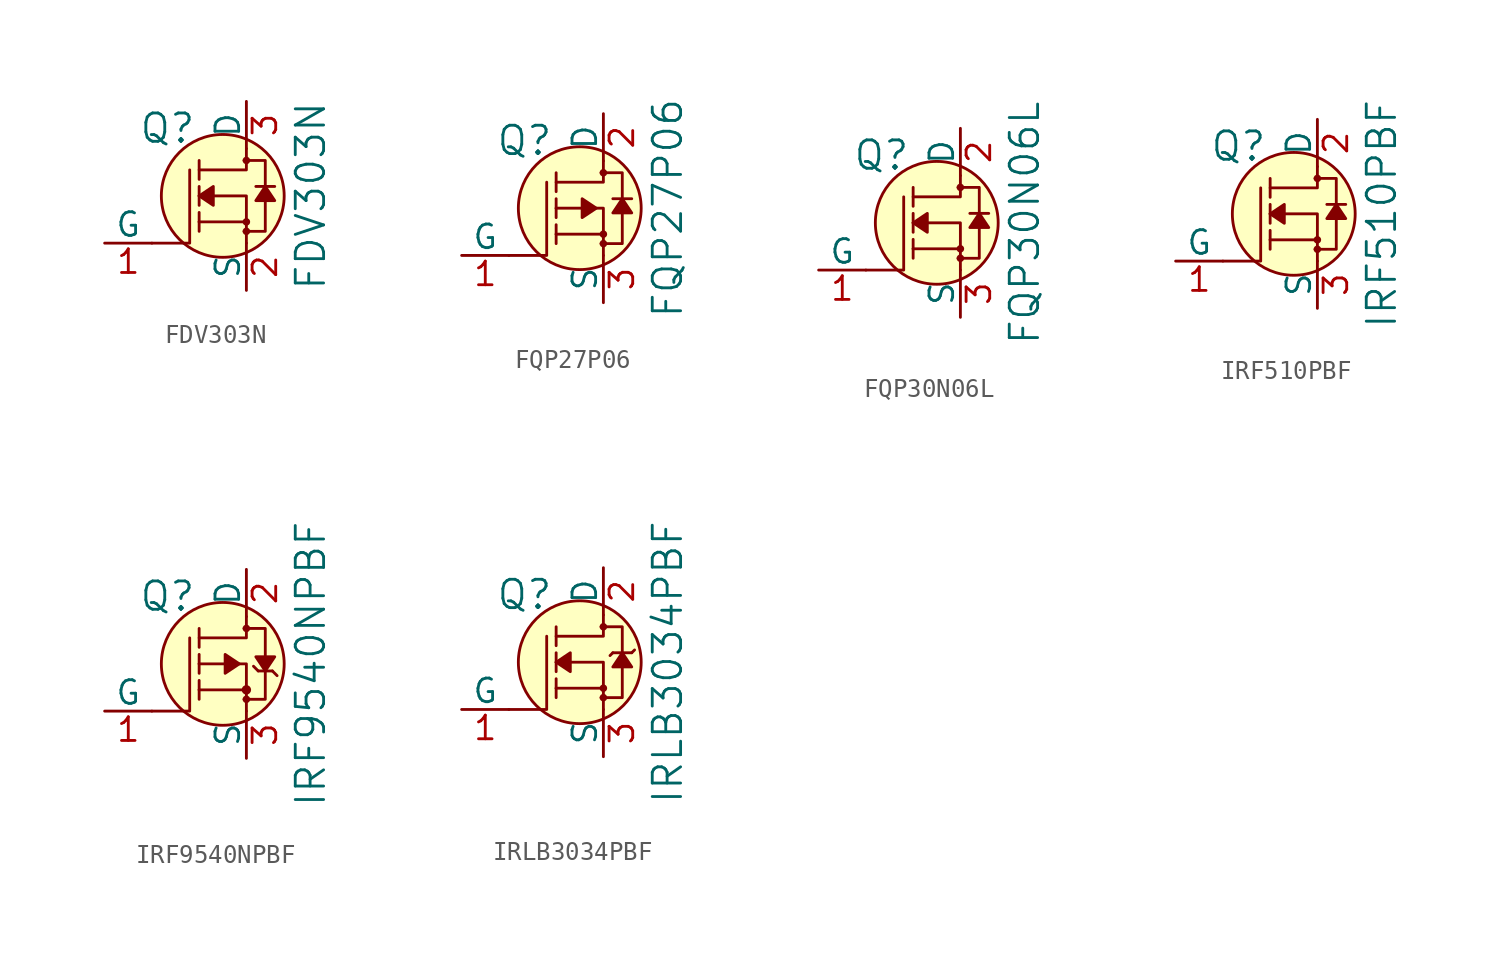
<source format=kicad_sym>
(kicad_symbol_lib
  (version 20211014)
  (generator kicad_symbol_editor)
  (symbol "FDV303N"
    (pin_names
      (offset 0))
    (property "Reference" "Q"
      (at -2.692 3.632 0)
      (effects (font (size 1.524 1.524)) (justify right)))
    (property "Value" "FDV303N"
      (at 3.454 0 90)
      (effects (font (size 1.524 1.524))))
    (symbol "FDV303N_0_1"
      (circle (center -1.27 0) (radius 3.302) (stroke (width 0) (type default) (color 0 0 0 0)) (fill (type background)))
      (circle (center 0 -1.905) (radius 0.127) (stroke (width 0) (type default) (color 0 0 0 0)) (fill (type none)))
      (circle (center 0 -1.397) (radius 0.127) (stroke (width 0) (type default) (color 0 0 0 0)) (fill (type none)))
      (polyline (pts (xy 0 -1.397) (xy -2.54 -1.397)) (stroke (width 0) (type default) (color 0 0 0 0)) (fill (type none)))
      (polyline (pts (xy -5.08 -2.54) (xy -3.048 -2.54) (xy -3.048 1.397)) (stroke (width 0) (type default) (color 0 0 0 0)) (fill (type none)))
      (polyline (pts (xy 0 -2.54) (xy 0 0) (xy -2.54 0)) (stroke (width 0) (type default) (color 0 0 0 0)) (fill (type none)))
      (polyline (pts (xy 0 2.54) (xy 0 1.397) (xy -2.54 1.397)) (stroke (width 0) (type default) (color 0 0 0 0)) (fill (type none)))
      (polyline (pts (xy -0.127 -1.905) (xy 1.016 -1.905) (xy 1.016 1.397) (xy 1.016 1.905) (xy -0.127 1.905)) (stroke (width 0) (type default) (color 0 0 0 0)) (fill (type none)))
      (circle (center 0 1.905) (radius 0.127) (stroke (width 0) (type default) (color 0 0 0 0)) (fill (type none))))
    (symbol "FDV303N_1_1"
      (polyline (pts (xy -2.54 -1.397) (xy -2.54 -1.905)) (stroke (width 0) (type default) (color 0 0 0 0)) (fill (type none)))
      (polyline (pts (xy -2.54 -1.397) (xy -2.54 -0.889)) (stroke (width 0) (type default) (color 0 0 0 0)) (fill (type none)))
      (polyline (pts (xy -2.54 0) (xy -2.54 -0.508)) (stroke (width 0) (type default) (color 0 0 0 0)) (fill (type none)))
      (polyline (pts (xy -2.54 0) (xy -2.54 0.508)) (stroke (width 0) (type default) (color 0 0 0 0)) (fill (type none)))
      (polyline (pts (xy -2.54 1.905) (xy -2.54 0.889)) (stroke (width 0) (type default) (color 0 0 0 0)) (fill (type none)))
      (polyline (pts (xy 1.524 0.508) (xy 0.508 0.508)) (stroke (width 0) (type default) (color 0 0 0 0)) (fill (type none)))
      (polyline (pts (xy -2.54 0) (xy -1.778 0.508) (xy -1.778 -0.508) (xy -2.54 0)) (stroke (width 0) (type default) (color 0 0 0 0)) (fill (type outline)))
      (polyline (pts (xy 1.016 0.508) (xy 0.508 -0.254) (xy 1.524 -0.254) (xy 1.016 0.508)) (stroke (width 0) (type default) (color 0 0 0 0)) (fill (type outline)))
      (pin bidirectional line (at -7.62 -2.54 0) (length 2.54) (name "G" (effects (font (size 1.27 1.27)))) (number "1" (effects (font (size 1.27 1.27)))))
      (pin bidirectional line (at 0 -5.08 90) (length 2.54) (name "S" (effects (font (size 1.27 1.27)))) (number "2" (effects (font (size 1.27 1.27)))))
      (pin bidirectional line (at 0 5.08 270) (length 2.54) (name "D" (effects (font (size 1.27 1.27)))) (number "3" (effects (font (size 1.27 1.27)))))))
  (symbol "FQP27P06"
    (pin_names
      (offset 0))
    (property "Reference" "Q"
      (at -2.692 3.632 0)
      (effects (font (size 1.524 1.524)) (justify right)))
    (property "Value" "FQP27P06"
      (at 3.454 0 90)
      (effects (font (size 1.524 1.524))))
    (symbol "FQP27P06_0_1"
      (circle (center -1.27 0) (radius 3.302) (stroke (width 0) (type default) (color 0 0 0 0)) (fill (type background)))
      (circle (center 0 -1.905) (radius 0.127) (stroke (width 0) (type default) (color 0 0 0 0)) (fill (type none)))
      (circle (center 0 -1.397) (radius 0.127) (stroke (width 0) (type default) (color 0 0 0 0)) (fill (type none)))
      (polyline (pts (xy 0 -1.397) (xy -2.54 -1.397)) (stroke (width 0) (type default) (color 0 0 0 0)) (fill (type none)))
      (polyline (pts (xy -5.08 -2.54) (xy -3.048 -2.54) (xy -3.048 1.397)) (stroke (width 0) (type default) (color 0 0 0 0)) (fill (type none)))
      (polyline (pts (xy 0 -2.54) (xy 0 0) (xy -2.54 0)) (stroke (width 0) (type default) (color 0 0 0 0)) (fill (type none)))
      (polyline (pts (xy 0 2.54) (xy 0 1.397) (xy -2.54 1.397)) (stroke (width 0) (type default) (color 0 0 0 0)) (fill (type none)))
      (polyline (pts (xy -0.127 -1.905) (xy 1.016 -1.905) (xy 1.016 1.397) (xy 1.016 1.905) (xy -0.127 1.905)) (stroke (width 0) (type default) (color 0 0 0 0)) (fill (type none)))
      (circle (center 0 1.905) (radius 0.127) (stroke (width 0) (type default) (color 0 0 0 0)) (fill (type none))))
    (symbol "FQP27P06_1_1"
      (polyline (pts (xy -2.54 -1.397) (xy -2.54 -1.905)) (stroke (width 0) (type default) (color 0 0 0 0)) (fill (type none)))
      (polyline (pts (xy -2.54 -1.397) (xy -2.54 -0.889)) (stroke (width 0) (type default) (color 0 0 0 0)) (fill (type none)))
      (polyline (pts (xy -2.54 0) (xy -2.54 -0.508)) (stroke (width 0) (type default) (color 0 0 0 0)) (fill (type none)))
      (polyline (pts (xy -2.54 0) (xy -2.54 0.508)) (stroke (width 0) (type default) (color 0 0 0 0)) (fill (type none)))
      (polyline (pts (xy -2.54 1.905) (xy -2.54 0.889)) (stroke (width 0) (type default) (color 0 0 0 0)) (fill (type none)))
      (polyline (pts (xy 1.524 0.508) (xy 0.508 0.508)) (stroke (width 0) (type default) (color 0 0 0 0)) (fill (type none)))
      (polyline (pts (xy -0.381 0) (xy -1.143 0.508) (xy -1.143 -0.508) (xy -0.381 0)) (stroke (width 0) (type default) (color 0 0 0 0)) (fill (type outline)))
      (polyline (pts (xy 1.016 0.508) (xy 0.508 -0.254) (xy 1.524 -0.254) (xy 1.016 0.508)) (stroke (width 0) (type default) (color 0 0 0 0)) (fill (type outline)))
      (pin bidirectional line (at -7.62 -2.54 0) (length 2.54) (name "G" (effects (font (size 1.27 1.27)))) (number "1" (effects (font (size 1.27 1.27)))))
      (pin bidirectional line (at 0 5.08 270) (length 2.54) (name "D" (effects (font (size 1.27 1.27)))) (number "2" (effects (font (size 1.27 1.27)))))
      (pin bidirectional line (at 0 -5.08 90) (length 2.54) (name "S" (effects (font (size 1.27 1.27)))) (number "3" (effects (font (size 1.27 1.27)))))))
  (symbol "FQP30N06L"
    (pin_names
      (offset 0))
    (property "Reference" "Q"
      (at -2.692 3.632 0)
      (effects (font (size 1.524 1.524)) (justify right)))
    (property "Value" "FQP30N06L"
      (at 3.454 0 90)
      (effects (font (size 1.524 1.524))))
    (symbol "FQP30N06L_0_1"
      (circle (center -1.27 0) (radius 3.302) (stroke (width 0) (type default) (color 0 0 0 0)) (fill (type background)))
      (circle (center 0 -1.905) (radius 0.127) (stroke (width 0) (type default) (color 0 0 0 0)) (fill (type none)))
      (circle (center 0 -1.397) (radius 0.127) (stroke (width 0) (type default) (color 0 0 0 0)) (fill (type none)))
      (polyline (pts (xy 0 -1.397) (xy -2.54 -1.397)) (stroke (width 0) (type default) (color 0 0 0 0)) (fill (type none)))
      (polyline (pts (xy -5.08 -2.54) (xy -3.048 -2.54) (xy -3.048 1.397)) (stroke (width 0) (type default) (color 0 0 0 0)) (fill (type none)))
      (polyline (pts (xy 0 -2.54) (xy 0 0) (xy -2.54 0)) (stroke (width 0) (type default) (color 0 0 0 0)) (fill (type none)))
      (polyline (pts (xy 0 2.54) (xy 0 1.397) (xy -2.54 1.397)) (stroke (width 0) (type default) (color 0 0 0 0)) (fill (type none)))
      (polyline (pts (xy -0.127 -1.905) (xy 1.016 -1.905) (xy 1.016 1.397) (xy 1.016 1.905) (xy -0.127 1.905)) (stroke (width 0) (type default) (color 0 0 0 0)) (fill (type none)))
      (circle (center 0 1.905) (radius 0.127) (stroke (width 0) (type default) (color 0 0 0 0)) (fill (type none))))
    (symbol "FQP30N06L_1_1"
      (polyline (pts (xy -2.54 -1.397) (xy -2.54 -1.905)) (stroke (width 0) (type default) (color 0 0 0 0)) (fill (type none)))
      (polyline (pts (xy -2.54 -1.397) (xy -2.54 -0.889)) (stroke (width 0) (type default) (color 0 0 0 0)) (fill (type none)))
      (polyline (pts (xy -2.54 0) (xy -2.54 -0.508)) (stroke (width 0) (type default) (color 0 0 0 0)) (fill (type none)))
      (polyline (pts (xy -2.54 0) (xy -2.54 0.508)) (stroke (width 0) (type default) (color 0 0 0 0)) (fill (type none)))
      (polyline (pts (xy -2.54 1.905) (xy -2.54 0.889)) (stroke (width 0) (type default) (color 0 0 0 0)) (fill (type none)))
      (polyline (pts (xy 1.524 0.508) (xy 0.508 0.508)) (stroke (width 0) (type default) (color 0 0 0 0)) (fill (type none)))
      (polyline (pts (xy -2.54 0) (xy -1.778 0.508) (xy -1.778 -0.508) (xy -2.54 0)) (stroke (width 0) (type default) (color 0 0 0 0)) (fill (type outline)))
      (polyline (pts (xy 1.016 0.508) (xy 0.508 -0.254) (xy 1.524 -0.254) (xy 1.016 0.508)) (stroke (width 0) (type default) (color 0 0 0 0)) (fill (type outline)))
      (pin bidirectional line (at -7.62 -2.54 0) (length 2.54) (name "G" (effects (font (size 1.27 1.27)))) (number "1" (effects (font (size 1.27 1.27)))))
      (pin bidirectional line (at 0 5.08 270) (length 2.54) (name "D" (effects (font (size 1.27 1.27)))) (number "2" (effects (font (size 1.27 1.27)))))
      (pin bidirectional line (at 0 -5.08 90) (length 2.54) (name "S" (effects (font (size 1.27 1.27)))) (number "3" (effects (font (size 1.27 1.27)))))))
  (symbol "IRF510PBF"
    (pin_names
      (offset 0))
    (property "Reference" "Q"
      (at -2.692 3.632 0)
      (effects (font (size 1.524 1.524)) (justify right)))
    (property "Value" "IRF510PBF"
      (at 3.454 0 90)
      (effects (font (size 1.524 1.524))))
    (symbol "IRF510PBF_0_1"
      (circle (center -1.27 0) (radius 3.302) (stroke (width 0) (type default) (color 0 0 0 0)) (fill (type background)))
      (circle (center 0 -1.905) (radius 0.127) (stroke (width 0) (type default) (color 0 0 0 0)) (fill (type none)))
      (circle (center 0 -1.397) (radius 0.127) (stroke (width 0) (type default) (color 0 0 0 0)) (fill (type none)))
      (polyline (pts (xy 0 -1.397) (xy -2.54 -1.397)) (stroke (width 0) (type default) (color 0 0 0 0)) (fill (type none)))
      (polyline (pts (xy -5.08 -2.54) (xy -3.048 -2.54) (xy -3.048 1.397)) (stroke (width 0) (type default) (color 0 0 0 0)) (fill (type none)))
      (polyline (pts (xy 0 -2.54) (xy 0 0) (xy -2.54 0)) (stroke (width 0) (type default) (color 0 0 0 0)) (fill (type none)))
      (polyline (pts (xy 0 2.54) (xy 0 1.397) (xy -2.54 1.397)) (stroke (width 0) (type default) (color 0 0 0 0)) (fill (type none)))
      (polyline (pts (xy -0.127 -1.905) (xy 1.016 -1.905) (xy 1.016 1.397) (xy 1.016 1.905) (xy -0.127 1.905)) (stroke (width 0) (type default) (color 0 0 0 0)) (fill (type none)))
      (circle (center 0 1.905) (radius 0.127) (stroke (width 0) (type default) (color 0 0 0 0)) (fill (type none))))
    (symbol "IRF510PBF_1_1"
      (polyline (pts (xy -2.54 -1.397) (xy -2.54 -1.905)) (stroke (width 0) (type default) (color 0 0 0 0)) (fill (type none)))
      (polyline (pts (xy -2.54 -1.397) (xy -2.54 -0.889)) (stroke (width 0) (type default) (color 0 0 0 0)) (fill (type none)))
      (polyline (pts (xy -2.54 0) (xy -2.54 -0.508)) (stroke (width 0) (type default) (color 0 0 0 0)) (fill (type none)))
      (polyline (pts (xy -2.54 0) (xy -2.54 0.508)) (stroke (width 0) (type default) (color 0 0 0 0)) (fill (type none)))
      (polyline (pts (xy -2.54 1.905) (xy -2.54 0.889)) (stroke (width 0) (type default) (color 0 0 0 0)) (fill (type none)))
      (polyline (pts (xy 1.524 0.508) (xy 0.508 0.508)) (stroke (width 0) (type default) (color 0 0 0 0)) (fill (type none)))
      (polyline (pts (xy -2.54 0) (xy -1.778 0.508) (xy -1.778 -0.508) (xy -2.54 0)) (stroke (width 0) (type default) (color 0 0 0 0)) (fill (type outline)))
      (polyline (pts (xy 1.016 0.508) (xy 0.508 -0.254) (xy 1.524 -0.254) (xy 1.016 0.508)) (stroke (width 0) (type default) (color 0 0 0 0)) (fill (type outline)))
      (pin bidirectional line (at -7.62 -2.54 0) (length 2.54) (name "G" (effects (font (size 1.27 1.27)))) (number "1" (effects (font (size 1.27 1.27)))))
      (pin bidirectional line (at 0 5.08 270) (length 2.54) (name "D" (effects (font (size 1.27 1.27)))) (number "2" (effects (font (size 1.27 1.27)))))
      (pin bidirectional line (at 0 -5.08 90) (length 2.54) (name "S" (effects (font (size 1.27 1.27)))) (number "3" (effects (font (size 1.27 1.27)))))))
  (symbol "IRF9540NPBF"
    (pin_names
      (offset 0))
    (property "Reference" "Q"
      (at -2.692 3.632 0)
      (effects (font (size 1.524 1.524)) (justify right)))
    (property "Value" "IRF9540NPBF"
      (at 3.454 0 90)
      (effects (font (size 1.524 1.524))))
    (symbol "IRF9540NPBF_0_1"
      (circle (center -1.27 0) (radius 3.302) (stroke (width 0) (type default) (color 0 0 0 0)) (fill (type background)))
      (circle (center 0 -1.905) (radius 0.127) (stroke (width 0) (type default) (color 0 0 0 0)) (fill (type none)))
      (circle (center 0 -1.397) (radius 0.178) (stroke (width 0) (type default) (color 0 0 0 0)) (fill (type outline)))
      (polyline (pts (xy 0 -1.397) (xy -2.54 -1.397)) (stroke (width 0) (type default) (color 0 0 0 0)) (fill (type none)))
      (polyline (pts (xy 0.635 -0.381) (xy 0.381 -0.127)) (stroke (width 0) (type default) (color 0 0 0 0)) (fill (type none)))
      (polyline (pts (xy 1.397 -0.381) (xy 1.651 -0.635)) (stroke (width 0) (type default) (color 0 0 0 0)) (fill (type none)))
      (polyline (pts (xy -5.08 -2.54) (xy -3.048 -2.54) (xy -3.048 1.397)) (stroke (width 0) (type default) (color 0 0 0 0)) (fill (type none)))
      (polyline (pts (xy 0 -2.54) (xy 0 0) (xy -2.54 0)) (stroke (width 0) (type default) (color 0 0 0 0)) (fill (type none)))
      (polyline (pts (xy 0 2.54) (xy 0 1.397) (xy -2.54 1.397)) (stroke (width 0) (type default) (color 0 0 0 0)) (fill (type none)))
      (polyline (pts (xy -0.127 -1.905) (xy 1.016 -1.905) (xy 1.016 1.397) (xy 1.016 1.905) (xy -0.127 1.905)) (stroke (width 0) (type default) (color 0 0 0 0)) (fill (type none)))
      (circle (center 0 1.905) (radius 0.127) (stroke (width 0) (type default) (color 0 0 0 0)) (fill (type none))))
    (symbol "IRF9540NPBF_1_1"
      (polyline (pts (xy -2.54 -1.397) (xy -2.54 -1.905)) (stroke (width 0) (type default) (color 0 0 0 0)) (fill (type none)))
      (polyline (pts (xy -2.54 -1.397) (xy -2.54 -0.889)) (stroke (width 0) (type default) (color 0 0 0 0)) (fill (type none)))
      (polyline (pts (xy -2.54 0) (xy -2.54 -0.508)) (stroke (width 0) (type default) (color 0 0 0 0)) (fill (type none)))
      (polyline (pts (xy -2.54 0) (xy -2.54 0.508)) (stroke (width 0) (type default) (color 0 0 0 0)) (fill (type none)))
      (polyline (pts (xy -2.54 1.905) (xy -2.54 0.889)) (stroke (width 0) (type default) (color 0 0 0 0)) (fill (type none)))
      (polyline (pts (xy 1.397 -0.381) (xy 0.635 -0.381)) (stroke (width 0) (type default) (color 0 0 0 0)) (fill (type none)))
      (polyline (pts (xy -0.381 0) (xy -1.143 0.508) (xy -1.143 -0.508) (xy -0.381 0)) (stroke (width 0) (type default) (color 0 0 0 0)) (fill (type outline)))
      (polyline (pts (xy 1.016 -0.381) (xy 1.524 0.381) (xy 0.508 0.381) (xy 1.016 -0.381)) (stroke (width 0) (type default) (color 0 0 0 0)) (fill (type outline)))
      (pin bidirectional line (at -7.62 -2.54 0) (length 2.54) (name "G" (effects (font (size 1.27 1.27)))) (number "1" (effects (font (size 1.27 1.27)))))
      (pin bidirectional line (at 0 5.08 270) (length 2.54) (name "D" (effects (font (size 1.27 1.27)))) (number "2" (effects (font (size 1.27 1.27)))))
      (pin bidirectional line (at 0 -5.08 90) (length 2.54) (name "S" (effects (font (size 1.27 1.27)))) (number "3" (effects (font (size 1.27 1.27)))))))
  (symbol "IRLB3034PBF"
    (pin_names
      (offset 0))
    (property "Reference" "Q"
      (at -2.692 3.632 0)
      (effects (font (size 1.524 1.524)) (justify right)))
    (property "Value" "IRLB3034PBF"
      (at 3.454 0 90)
      (effects (font (size 1.524 1.524))))
    (symbol "IRLB3034PBF_0_1"
      (circle (center -1.27 0) (radius 3.302) (stroke (width 0) (type default) (color 0 0 0 0)) (fill (type background)))
      (circle (center 0 -1.905) (radius 0.127) (stroke (width 0) (type default) (color 0 0 0 0)) (fill (type none)))
      (circle (center 0 -1.397) (radius 0.127) (stroke (width 0) (type default) (color 0 0 0 0)) (fill (type none)))
      (polyline (pts (xy 0 -1.397) (xy -2.54 -1.397)) (stroke (width 0) (type default) (color 0 0 0 0)) (fill (type none)))
      (polyline (pts (xy 0.508 0.508) (xy 0.356 0.356)) (stroke (width 0) (type default) (color 0 0 0 0)) (fill (type none)))
      (polyline (pts (xy 1.524 0.508) (xy 1.676 0.66)) (stroke (width 0) (type default) (color 0 0 0 0)) (fill (type none)))
      (polyline (pts (xy -5.08 -2.54) (xy -3.048 -2.54) (xy -3.048 1.397)) (stroke (width 0) (type default) (color 0 0 0 0)) (fill (type none)))
      (polyline (pts (xy 0 -2.54) (xy 0 0) (xy -2.54 0)) (stroke (width 0) (type default) (color 0 0 0 0)) (fill (type none)))
      (polyline (pts (xy 0 2.54) (xy 0 1.397) (xy -2.54 1.397)) (stroke (width 0) (type default) (color 0 0 0 0)) (fill (type none)))
      (polyline (pts (xy -0.127 -1.905) (xy 1.016 -1.905) (xy 1.016 1.397) (xy 1.016 1.905) (xy -0.127 1.905)) (stroke (width 0) (type default) (color 0 0 0 0)) (fill (type none)))
      (circle (center 0 1.905) (radius 0.127) (stroke (width 0) (type default) (color 0 0 0 0)) (fill (type none))))
    (symbol "IRLB3034PBF_1_1"
      (polyline (pts (xy -2.54 -1.397) (xy -2.54 -1.905)) (stroke (width 0) (type default) (color 0 0 0 0)) (fill (type none)))
      (polyline (pts (xy -2.54 -1.397) (xy -2.54 -0.889)) (stroke (width 0) (type default) (color 0 0 0 0)) (fill (type none)))
      (polyline (pts (xy -2.54 0) (xy -2.54 -0.508)) (stroke (width 0) (type default) (color 0 0 0 0)) (fill (type none)))
      (polyline (pts (xy -2.54 0) (xy -2.54 0.508)) (stroke (width 0) (type default) (color 0 0 0 0)) (fill (type none)))
      (polyline (pts (xy -2.54 1.905) (xy -2.54 0.889)) (stroke (width 0) (type default) (color 0 0 0 0)) (fill (type none)))
      (polyline (pts (xy 1.524 0.508) (xy 0.508 0.508)) (stroke (width 0) (type default) (color 0 0 0 0)) (fill (type none)))
      (polyline (pts (xy -2.54 0) (xy -1.778 0.508) (xy -1.778 -0.508) (xy -2.54 0)) (stroke (width 0) (type default) (color 0 0 0 0)) (fill (type outline)))
      (polyline (pts (xy 1.016 0.508) (xy 0.508 -0.254) (xy 1.524 -0.254) (xy 1.016 0.508)) (stroke (width 0) (type default) (color 0 0 0 0)) (fill (type outline)))
      (pin bidirectional line (at -7.62 -2.54 0) (length 2.54) (name "G" (effects (font (size 1.27 1.27)))) (number "1" (effects (font (size 1.27 1.27)))))
      (pin bidirectional line (at 0 5.08 270) (length 2.54) (name "D" (effects (font (size 1.27 1.27)))) (number "2" (effects (font (size 1.27 1.27)))))
      (pin bidirectional line (at 0 -5.08 90) (length 2.54) (name "S" (effects (font (size 1.27 1.27)))) (number "3" (effects (font (size 1.27 1.27))))))))
</source>
